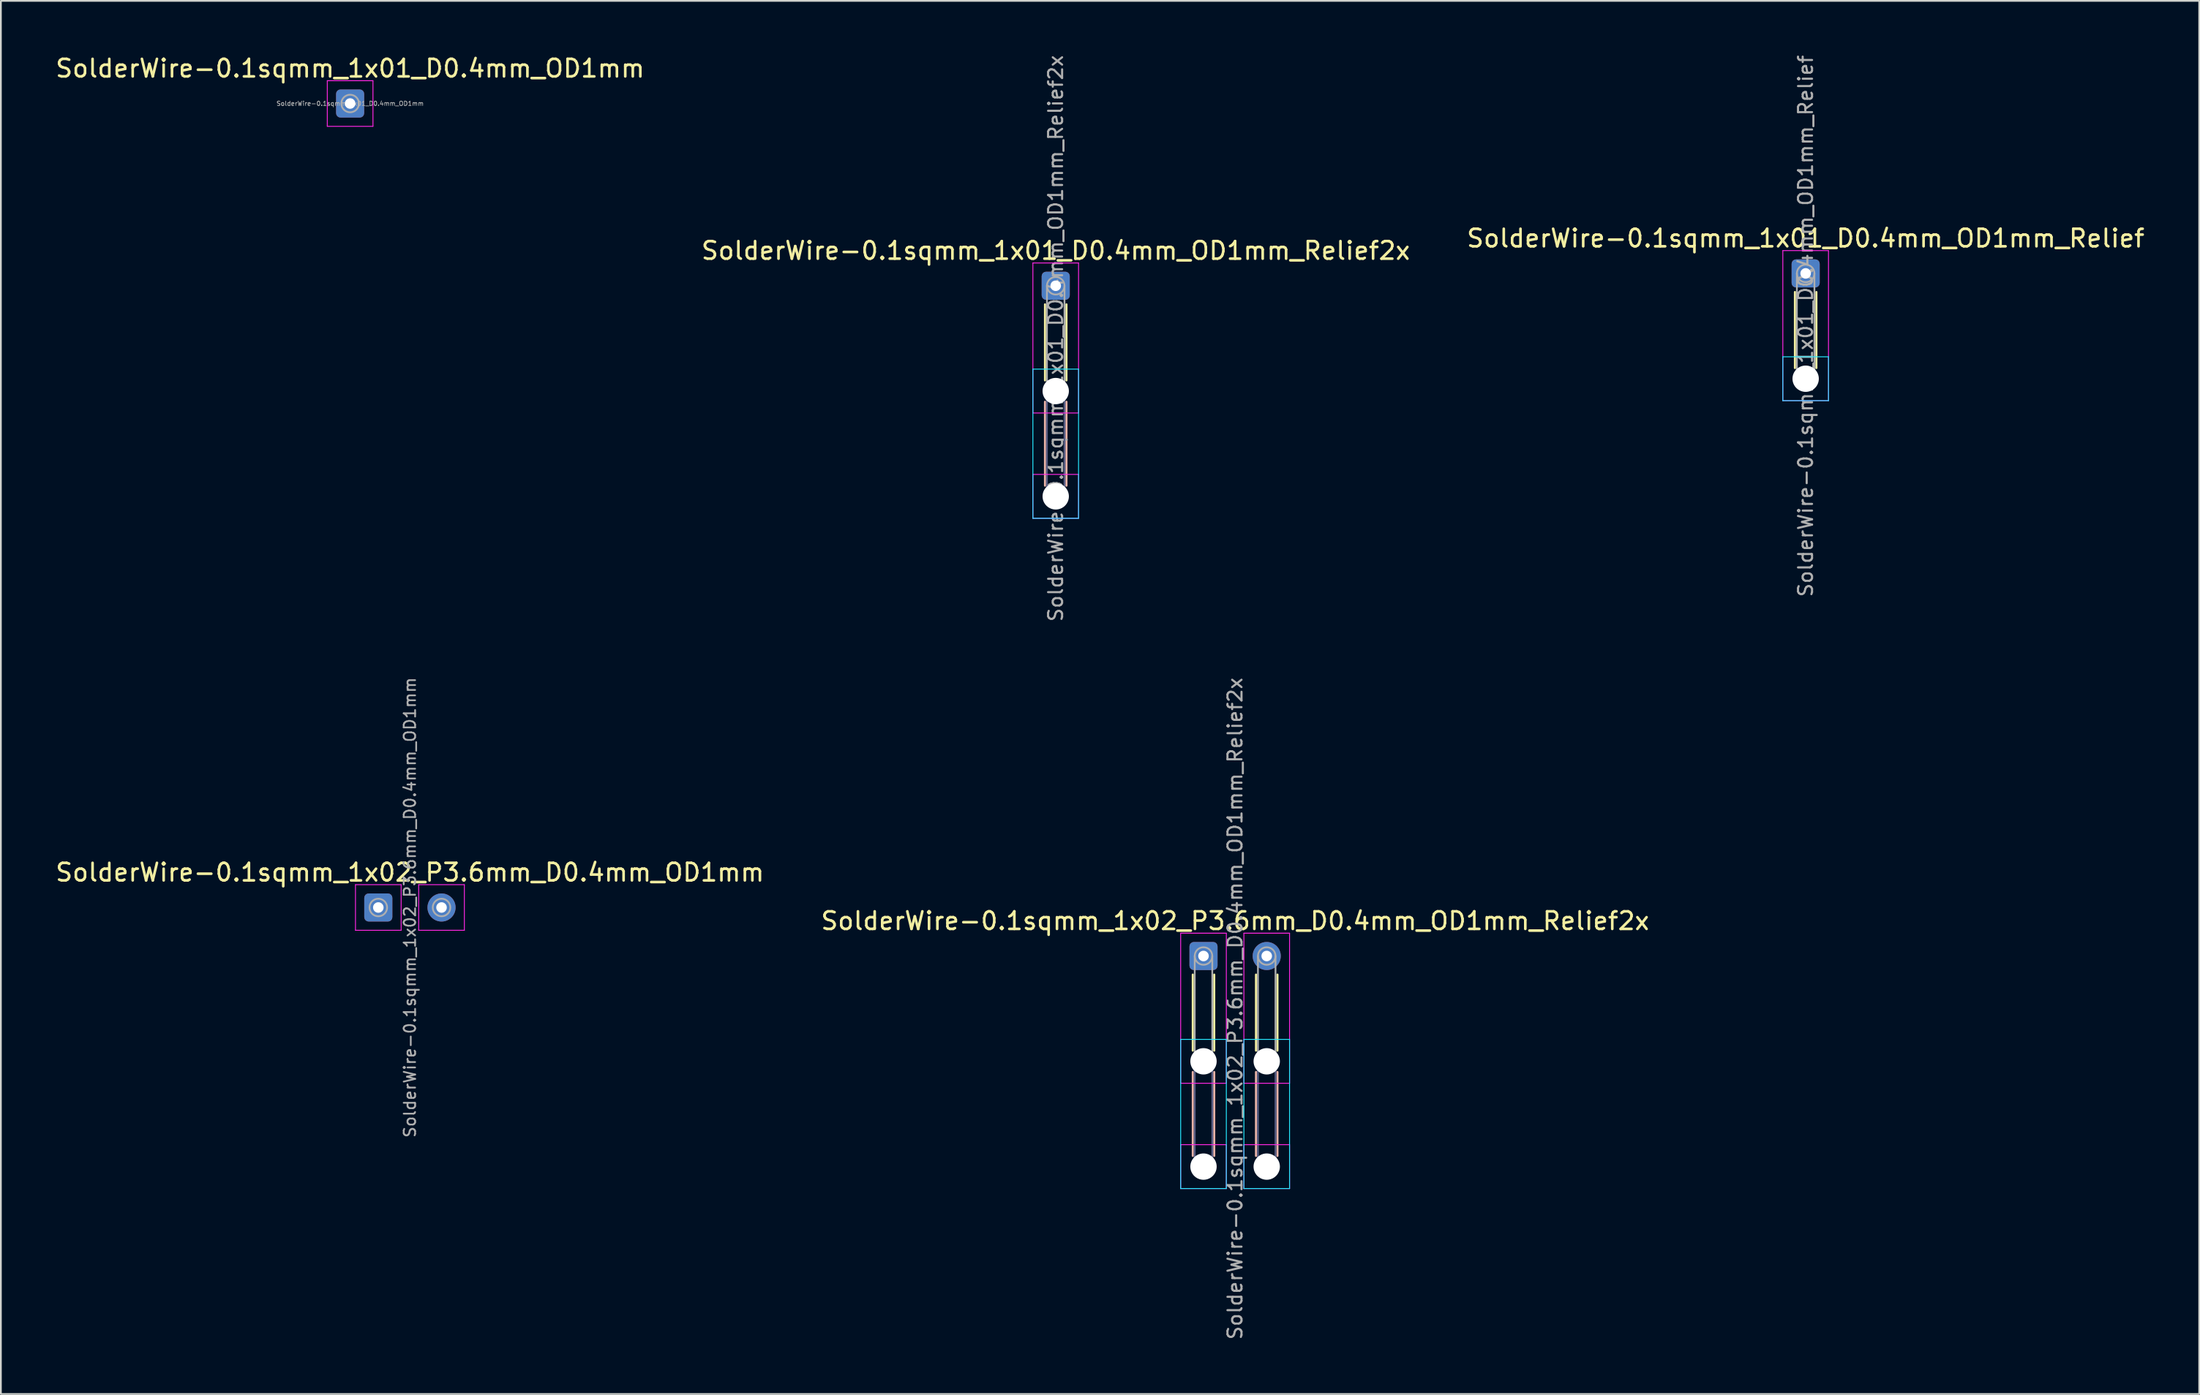
<source format=kicad_pcb>
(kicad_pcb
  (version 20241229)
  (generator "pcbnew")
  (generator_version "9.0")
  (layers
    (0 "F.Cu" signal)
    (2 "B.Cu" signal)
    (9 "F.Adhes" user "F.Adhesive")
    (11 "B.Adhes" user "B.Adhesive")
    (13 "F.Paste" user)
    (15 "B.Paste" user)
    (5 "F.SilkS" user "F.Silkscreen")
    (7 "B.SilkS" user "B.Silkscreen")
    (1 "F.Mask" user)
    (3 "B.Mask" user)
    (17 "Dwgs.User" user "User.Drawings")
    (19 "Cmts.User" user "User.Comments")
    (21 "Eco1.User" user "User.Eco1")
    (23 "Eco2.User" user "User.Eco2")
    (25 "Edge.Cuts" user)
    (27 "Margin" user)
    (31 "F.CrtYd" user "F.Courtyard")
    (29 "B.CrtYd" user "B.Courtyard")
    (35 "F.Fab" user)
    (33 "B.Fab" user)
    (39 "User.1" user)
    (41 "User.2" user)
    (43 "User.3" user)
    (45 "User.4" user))
  (footprint "SolderWire-0.1sqmm_1x02_P3.6mm_D0.4mm_OD1mm_Relief2x"
    (layer "F.Cu")
    (at 65.48 51.424)
    (property "Reference" "SolderWire-0.1sqmm_1x02_P3.6mm_D0.4mm_OD1mm_Relief2x" (at 1.8 -2 0) (layer "F.SilkS") (effects (font (size 1 1) (thickness 0.15))))
    (attr exclude_from_pos_files exclude_from_bom)
    (fp_line (start -0.61 1.06) (end -0.61 5.39) (stroke (width 0.12) (type solid)) (layer "F.SilkS"))
    (fp_line (start 0.61 1.06) (end 0.61 5.39) (stroke (width 0.12) (type solid)) (layer "F.SilkS"))
    (fp_line (start 2.99 1.06) (end 2.99 5.39) (stroke (width 0.12) (type solid)) (layer "F.SilkS"))
    (fp_line (start 4.21 1.06) (end 4.21 5.39) (stroke (width 0.12) (type solid)) (layer "F.SilkS"))
    (fp_line (start -0.61 6.61) (end -0.61 11.39) (stroke (width 0.12) (type solid)) (layer "B.SilkS"))
    (fp_line (start 0.61 6.61) (end 0.61 11.39) (stroke (width 0.12) (type solid)) (layer "B.SilkS"))
    (fp_line (start 2.99 6.61) (end 2.99 11.39) (stroke (width 0.12) (type solid)) (layer "B.SilkS"))
    (fp_line (start 4.21 6.61) (end 4.21 11.39) (stroke (width 0.12) (type solid)) (layer "B.SilkS"))
    (fp_line (start -1.3 4.75) (end -1.3 13.25) (stroke (width 0.05) (type solid)) (layer "B.CrtYd"))
    (fp_line (start -1.3 13.25) (end 1.3 13.25) (stroke (width 0.05) (type solid)) (layer "B.CrtYd"))
    (fp_line (start 1.3 4.75) (end -1.3 4.75) (stroke (width 0.05) (type solid)) (layer "B.CrtYd"))
    (fp_line (start 1.3 13.25) (end 1.3 4.75) (stroke (width 0.05) (type solid)) (layer "B.CrtYd"))
    (fp_line (start 2.3 4.75) (end 2.3 13.25) (stroke (width 0.05) (type solid)) (layer "B.CrtYd"))
    (fp_line (start 2.3 13.25) (end 4.9 13.25) (stroke (width 0.05) (type solid)) (layer "B.CrtYd"))
    (fp_line (start 4.9 4.75) (end 2.3 4.75) (stroke (width 0.05) (type solid)) (layer "B.CrtYd"))
    (fp_line (start 4.9 13.25) (end 4.9 4.75) (stroke (width 0.05) (type solid)) (layer "B.CrtYd"))
    (fp_line (start -1.3 -1.3) (end -1.3 7.25) (stroke (width 0.05) (type solid)) (layer "F.CrtYd"))
    (fp_line (start -1.3 7.25) (end 1.3 7.25) (stroke (width 0.05) (type solid)) (layer "F.CrtYd"))
    (fp_line (start -1.3 10.75) (end -1.3 13.25) (stroke (width 0.05) (type solid)) (layer "F.CrtYd"))
    (fp_line (start -1.3 13.25) (end 1.3 13.25) (stroke (width 0.05) (type solid)) (layer "F.CrtYd"))
    (fp_line (start 1.3 -1.3) (end -1.3 -1.3) (stroke (width 0.05) (type solid)) (layer "F.CrtYd"))
    (fp_line (start 1.3 7.25) (end 1.3 -1.3) (stroke (width 0.05) (type solid)) (layer "F.CrtYd"))
    (fp_line (start 1.3 10.75) (end -1.3 10.75) (stroke (width 0.05) (type solid)) (layer "F.CrtYd"))
    (fp_line (start 1.3 13.25) (end 1.3 10.75) (stroke (width 0.05) (type solid)) (layer "F.CrtYd"))
    (fp_line (start 2.3 -1.3) (end 2.3 7.25) (stroke (width 0.05) (type solid)) (layer "F.CrtYd"))
    (fp_line (start 2.3 7.25) (end 4.9 7.25) (stroke (width 0.05) (type solid)) (layer "F.CrtYd"))
    (fp_line (start 2.3 10.75) (end 2.3 13.25) (stroke (width 0.05) (type solid)) (layer "F.CrtYd"))
    (fp_line (start 2.3 13.25) (end 4.9 13.25) (stroke (width 0.05) (type solid)) (layer "F.CrtYd"))
    (fp_line (start 4.9 -1.3) (end 2.3 -1.3) (stroke (width 0.05) (type solid)) (layer "F.CrtYd"))
    (fp_line (start 4.9 7.25) (end 4.9 -1.3) (stroke (width 0.05) (type solid)) (layer "F.CrtYd"))
    (fp_line (start 4.9 10.75) (end 2.3 10.75) (stroke (width 0.05) (type solid)) (layer "F.CrtYd"))
    (fp_line (start 4.9 13.25) (end 4.9 10.75) (stroke (width 0.05) (type solid)) (layer "F.CrtYd"))
    (fp_line (start -0.5 6) (end -0.5 12) (stroke (width 0.1) (type solid)) (layer "B.Fab"))
    (fp_line (start 0.5 6) (end 0.5 12) (stroke (width 0.1) (type solid)) (layer "B.Fab"))
    (fp_line (start 3.1 6) (end 3.1 12) (stroke (width 0.1) (type solid)) (layer "B.Fab"))
    (fp_line (start 4.1 6) (end 4.1 12) (stroke (width 0.1) (type solid)) (layer "B.Fab"))
    (fp_circle (center 0 6) (end 0.5 6) (stroke (width 0.1) (type solid)) (fill no) (layer "B.Fab"))
    (fp_circle (center 0 12) (end 0.5 12) (stroke (width 0.1) (type solid)) (fill no) (layer "B.Fab"))
    (fp_circle (center 3.6 6) (end 4.1 6) (stroke (width 0.1) (type solid)) (fill no) (layer "B.Fab"))
    (fp_circle (center 3.6 12) (end 4.1 12) (stroke (width 0.1) (type solid)) (fill no) (layer "B.Fab"))
    (fp_line (start -0.5 0) (end -0.5 6) (stroke (width 0.1) (type solid)) (layer "F.Fab"))
    (fp_line (start 0.5 0) (end 0.5 6) (stroke (width 0.1) (type solid)) (layer "F.Fab"))
    (fp_line (start 3.1 0) (end 3.1 6) (stroke (width 0.1) (type solid)) (layer "F.Fab"))
    (fp_line (start 4.1 0) (end 4.1 6) (stroke (width 0.1) (type solid)) (layer "F.Fab"))
    (fp_circle (center 0 0) (end 0.5 0) (stroke (width 0.1) (type solid)) (fill no) (layer "F.Fab"))
    (fp_circle (center 0 6) (end 0.5 6) (stroke (width 0.1) (type solid)) (fill no) (layer "F.Fab"))
    (fp_circle (center 0 12) (end 0.5 12) (stroke (width 0.1) (type solid)) (fill no) (layer "F.Fab"))
    (fp_circle (center 3.6 0) (end 4.1 0) (stroke (width 0.1) (type solid)) (fill no) (layer "F.Fab"))
    (fp_circle (center 3.6 6) (end 4.1 6) (stroke (width 0.1) (type solid)) (fill no) (layer "F.Fab"))
    (fp_circle (center 3.6 12) (end 4.1 12) (stroke (width 0.1) (type solid)) (fill no) (layer "F.Fab"))
    (fp_text user "${REFERENCE}" (at 1.8 3 90) (layer "F.Fab") (effects (font (size 0.8 0.8) (thickness 0.12))))
    (pad "" np_thru_hole circle (at 0 6) (size 1.5 1.5) (drill 1.5) (layers "*.Cu" "*.Mask"))
    (pad "" np_thru_hole circle (at 0 12) (size 1.5 1.5) (drill 1.5) (layers "*.Cu" "*.Mask"))
    (pad "" np_thru_hole circle (at 3.6 6) (size 1.5 1.5) (drill 1.5) (layers "*.Cu" "*.Mask"))
    (pad "" np_thru_hole circle (at 3.6 12) (size 1.5 1.5) (drill 1.5) (layers "*.Cu" "*.Mask"))
    (pad "1" thru_hole roundrect (at 0 0) (size 1.6 1.6) (drill 0.6) (layers "*.Cu" "*.Mask") (roundrect_rratio 0.156))
    (pad "2" thru_hole circle (at 3.6 0) (size 1.6 1.6) (drill 0.6) (layers "*.Cu" "*.Mask")))
  (footprint "SolderWire-0.1sqmm_1x01_D0.4mm_OD1mm"
    (layer "F.Cu")
    (at 16.887 2.848)
    (property "Reference" "SolderWire-0.1sqmm_1x01_D0.4mm_OD1mm" (at 0 -2 0) (layer "F.SilkS") (effects (font (size 1 1) (thickness 0.15))))
    (attr exclude_from_pos_files exclude_from_bom)
    (fp_line (start -1.3 -1.3) (end -1.3 1.3) (stroke (width 0.05) (type solid)) (layer "F.CrtYd"))
    (fp_line (start -1.3 1.3) (end 1.3 1.3) (stroke (width 0.05) (type solid)) (layer "F.CrtYd"))
    (fp_line (start 1.3 -1.3) (end -1.3 -1.3) (stroke (width 0.05) (type solid)) (layer "F.CrtYd"))
    (fp_line (start 1.3 1.3) (end 1.3 -1.3) (stroke (width 0.05) (type solid)) (layer "F.CrtYd"))
    (fp_circle (center 0 0) (end 0.5 0) (stroke (width 0.1) (type solid)) (fill no) (layer "F.Fab"))
    (fp_text user "${REFERENCE}" (at 0 0 0) (layer "F.Fab") (effects (font (size 0.25 0.25) (thickness 0.04))))
    (pad "1" thru_hole roundrect (at 0 0) (size 1.6 1.6) (drill 0.6) (layers "*.Cu" "*.Mask") (roundrect_rratio 0.156)))
  (footprint "SolderWire-0.1sqmm_1x01_D0.4mm_OD1mm_Relief2x"
    (layer "F.Cu")
    (at 57.065 13.233)
    (property "Reference" "SolderWire-0.1sqmm_1x01_D0.4mm_OD1mm_Relief2x" (at 0 -2 0) (layer "F.SilkS") (effects (font (size 1 1) (thickness 0.15))))
    (attr exclude_from_pos_files exclude_from_bom)
    (fp_line (start -0.61 1.06) (end -0.61 5.39) (stroke (width 0.12) (type solid)) (layer "F.SilkS"))
    (fp_line (start 0.61 1.06) (end 0.61 5.39) (stroke (width 0.12) (type solid)) (layer "F.SilkS"))
    (fp_line (start -0.61 6.61) (end -0.61 11.39) (stroke (width 0.12) (type solid)) (layer "B.SilkS"))
    (fp_line (start 0.61 6.61) (end 0.61 11.39) (stroke (width 0.12) (type solid)) (layer "B.SilkS"))
    (fp_line (start -1.3 4.75) (end -1.3 13.25) (stroke (width 0.05) (type solid)) (layer "B.CrtYd"))
    (fp_line (start -1.3 13.25) (end 1.3 13.25) (stroke (width 0.05) (type solid)) (layer "B.CrtYd"))
    (fp_line (start 1.3 4.75) (end -1.3 4.75) (stroke (width 0.05) (type solid)) (layer "B.CrtYd"))
    (fp_line (start 1.3 13.25) (end 1.3 4.75) (stroke (width 0.05) (type solid)) (layer "B.CrtYd"))
    (fp_line (start -1.3 -1.3) (end -1.3 7.25) (stroke (width 0.05) (type solid)) (layer "F.CrtYd"))
    (fp_line (start -1.3 7.25) (end 1.3 7.25) (stroke (width 0.05) (type solid)) (layer "F.CrtYd"))
    (fp_line (start -1.3 10.75) (end -1.3 13.25) (stroke (width 0.05) (type solid)) (layer "F.CrtYd"))
    (fp_line (start -1.3 13.25) (end 1.3 13.25) (stroke (width 0.05) (type solid)) (layer "F.CrtYd"))
    (fp_line (start 1.3 -1.3) (end -1.3 -1.3) (stroke (width 0.05) (type solid)) (layer "F.CrtYd"))
    (fp_line (start 1.3 7.25) (end 1.3 -1.3) (stroke (width 0.05) (type solid)) (layer "F.CrtYd"))
    (fp_line (start 1.3 10.75) (end -1.3 10.75) (stroke (width 0.05) (type solid)) (layer "F.CrtYd"))
    (fp_line (start 1.3 13.25) (end 1.3 10.75) (stroke (width 0.05) (type solid)) (layer "F.CrtYd"))
    (fp_line (start -0.5 6) (end -0.5 12) (stroke (width 0.1) (type solid)) (layer "B.Fab"))
    (fp_line (start 0.5 6) (end 0.5 12) (stroke (width 0.1) (type solid)) (layer "B.Fab"))
    (fp_circle (center 0 6) (end 0.5 6) (stroke (width 0.1) (type solid)) (fill no) (layer "B.Fab"))
    (fp_circle (center 0 12) (end 0.5 12) (stroke (width 0.1) (type solid)) (fill no) (layer "B.Fab"))
    (fp_line (start -0.5 0) (end -0.5 6) (stroke (width 0.1) (type solid)) (layer "F.Fab"))
    (fp_line (start 0.5 0) (end 0.5 6) (stroke (width 0.1) (type solid)) (layer "F.Fab"))
    (fp_circle (center 0 0) (end 0.5 0) (stroke (width 0.1) (type solid)) (fill no) (layer "F.Fab"))
    (fp_circle (center 0 6) (end 0.5 6) (stroke (width 0.1) (type solid)) (fill no) (layer "F.Fab"))
    (fp_circle (center 0 12) (end 0.5 12) (stroke (width 0.1) (type solid)) (fill no) (layer "F.Fab"))
    (fp_text user "${REFERENCE}" (at 0 3 90) (layer "F.Fab") (effects (font (size 0.8 0.8) (thickness 0.12))))
    (pad "" np_thru_hole circle (at 0 6) (size 1.5 1.5) (drill 1.5) (layers "*.Cu" "*.Mask"))
    (pad "" np_thru_hole circle (at 0 12) (size 1.5 1.5) (drill 1.5) (layers "*.Cu" "*.Mask"))
    (pad "1" thru_hole roundrect (at 0 0) (size 1.6 1.6) (drill 0.6) (layers "*.Cu" "*.Mask") (roundrect_rratio 0.156)))
  (footprint "SolderWire-0.1sqmm_1x01_D0.4mm_OD1mm_Relief"
    (layer "F.Cu")
    (at 99.768 12.529)
    (property "Reference" "SolderWire-0.1sqmm_1x01_D0.4mm_OD1mm_Relief" (at 0 -2 0) (layer "F.SilkS") (effects (font (size 1 1) (thickness 0.15))))
    (attr exclude_from_pos_files exclude_from_bom)
    (fp_line (start -0.61 1.06) (end -0.61 5.39) (stroke (width 0.12) (type solid)) (layer "F.SilkS"))
    (fp_line (start 0.61 1.06) (end 0.61 5.39) (stroke (width 0.12) (type solid)) (layer "F.SilkS"))
    (fp_line (start -1.3 4.75) (end -1.3 7.25) (stroke (width 0.05) (type solid)) (layer "B.CrtYd"))
    (fp_line (start -1.3 7.25) (end 1.3 7.25) (stroke (width 0.05) (type solid)) (layer "B.CrtYd"))
    (fp_line (start 1.3 4.75) (end -1.3 4.75) (stroke (width 0.05) (type solid)) (layer "B.CrtYd"))
    (fp_line (start 1.3 7.25) (end 1.3 4.75) (stroke (width 0.05) (type solid)) (layer "B.CrtYd"))
    (fp_line (start -1.3 -1.3) (end -1.3 7.25) (stroke (width 0.05) (type solid)) (layer "F.CrtYd"))
    (fp_line (start -1.3 7.25) (end 1.3 7.25) (stroke (width 0.05) (type solid)) (layer "F.CrtYd"))
    (fp_line (start 1.3 -1.3) (end -1.3 -1.3) (stroke (width 0.05) (type solid)) (layer "F.CrtYd"))
    (fp_line (start 1.3 7.25) (end 1.3 -1.3) (stroke (width 0.05) (type solid)) (layer "F.CrtYd"))
    (fp_line (start -0.5 0) (end -0.5 6) (stroke (width 0.1) (type solid)) (layer "F.Fab"))
    (fp_line (start 0.5 0) (end 0.5 6) (stroke (width 0.1) (type solid)) (layer "F.Fab"))
    (fp_circle (center 0 0) (end 0.5 0) (stroke (width 0.1) (type solid)) (fill no) (layer "F.Fab"))
    (fp_circle (center 0 6) (end 0.5 6) (stroke (width 0.1) (type solid)) (fill no) (layer "F.Fab"))
    (fp_text user "${REFERENCE}" (at 0 3 90) (layer "F.Fab") (effects (font (size 0.8 0.8) (thickness 0.12))))
    (pad "" np_thru_hole circle (at 0 6) (size 1.5 1.5) (drill 1.5) (layers "*.Cu" "*.Mask"))
    (pad "1" thru_hole roundrect (at 0 0) (size 1.6 1.6) (drill 0.6) (layers "*.Cu" "*.Mask") (roundrect_rratio 0.156)))
  (footprint "SolderWire-0.1sqmm_1x02_P3.6mm_D0.4mm_OD1mm"
    (layer "F.Cu")
    (at 18.492 48.66)
    (property "Reference" "SolderWire-0.1sqmm_1x02_P3.6mm_D0.4mm_OD1mm" (at 1.8 -2 0) (layer "F.SilkS") (effects (font (size 1 1) (thickness 0.15))))
    (attr exclude_from_pos_files exclude_from_bom)
    (fp_line (start -1.3 -1.3) (end -1.3 1.3) (stroke (width 0.05) (type solid)) (layer "F.CrtYd"))
    (fp_line (start -1.3 1.3) (end 1.3 1.3) (stroke (width 0.05) (type solid)) (layer "F.CrtYd"))
    (fp_line (start 1.3 -1.3) (end -1.3 -1.3) (stroke (width 0.05) (type solid)) (layer "F.CrtYd"))
    (fp_line (start 1.3 1.3) (end 1.3 -1.3) (stroke (width 0.05) (type solid)) (layer "F.CrtYd"))
    (fp_line (start 2.3 -1.3) (end 2.3 1.3) (stroke (width 0.05) (type solid)) (layer "F.CrtYd"))
    (fp_line (start 2.3 1.3) (end 4.9 1.3) (stroke (width 0.05) (type solid)) (layer "F.CrtYd"))
    (fp_line (start 4.9 -1.3) (end 2.3 -1.3) (stroke (width 0.05) (type solid)) (layer "F.CrtYd"))
    (fp_line (start 4.9 1.3) (end 4.9 -1.3) (stroke (width 0.05) (type solid)) (layer "F.CrtYd"))
    (fp_circle (center 0 0) (end 0.5 0) (stroke (width 0.1) (type solid)) (fill no) (layer "F.Fab"))
    (fp_circle (center 3.6 0) (end 4.1 0) (stroke (width 0.1) (type solid)) (fill no) (layer "F.Fab"))
    (fp_text user "${REFERENCE}" (at 1.8 0 90) (layer "F.Fab") (effects (font (size 0.65 0.65) (thickness 0.1))))
    (pad "1" thru_hole roundrect (at 0 0) (size 1.6 1.6) (drill 0.6) (layers "*.Cu" "*.Mask") (roundrect_rratio 0.156))
    (pad "2" thru_hole circle (at 3.6 0) (size 1.6 1.6) (drill 0.6) (layers "*.Cu" "*.Mask")))
  (gr_rect
    (start -3 -3)
    (end 122.179 76.381)
    (stroke (width 0.1) (type default))
    (fill no)
    (layer "Edge.Cuts")))
</source>
